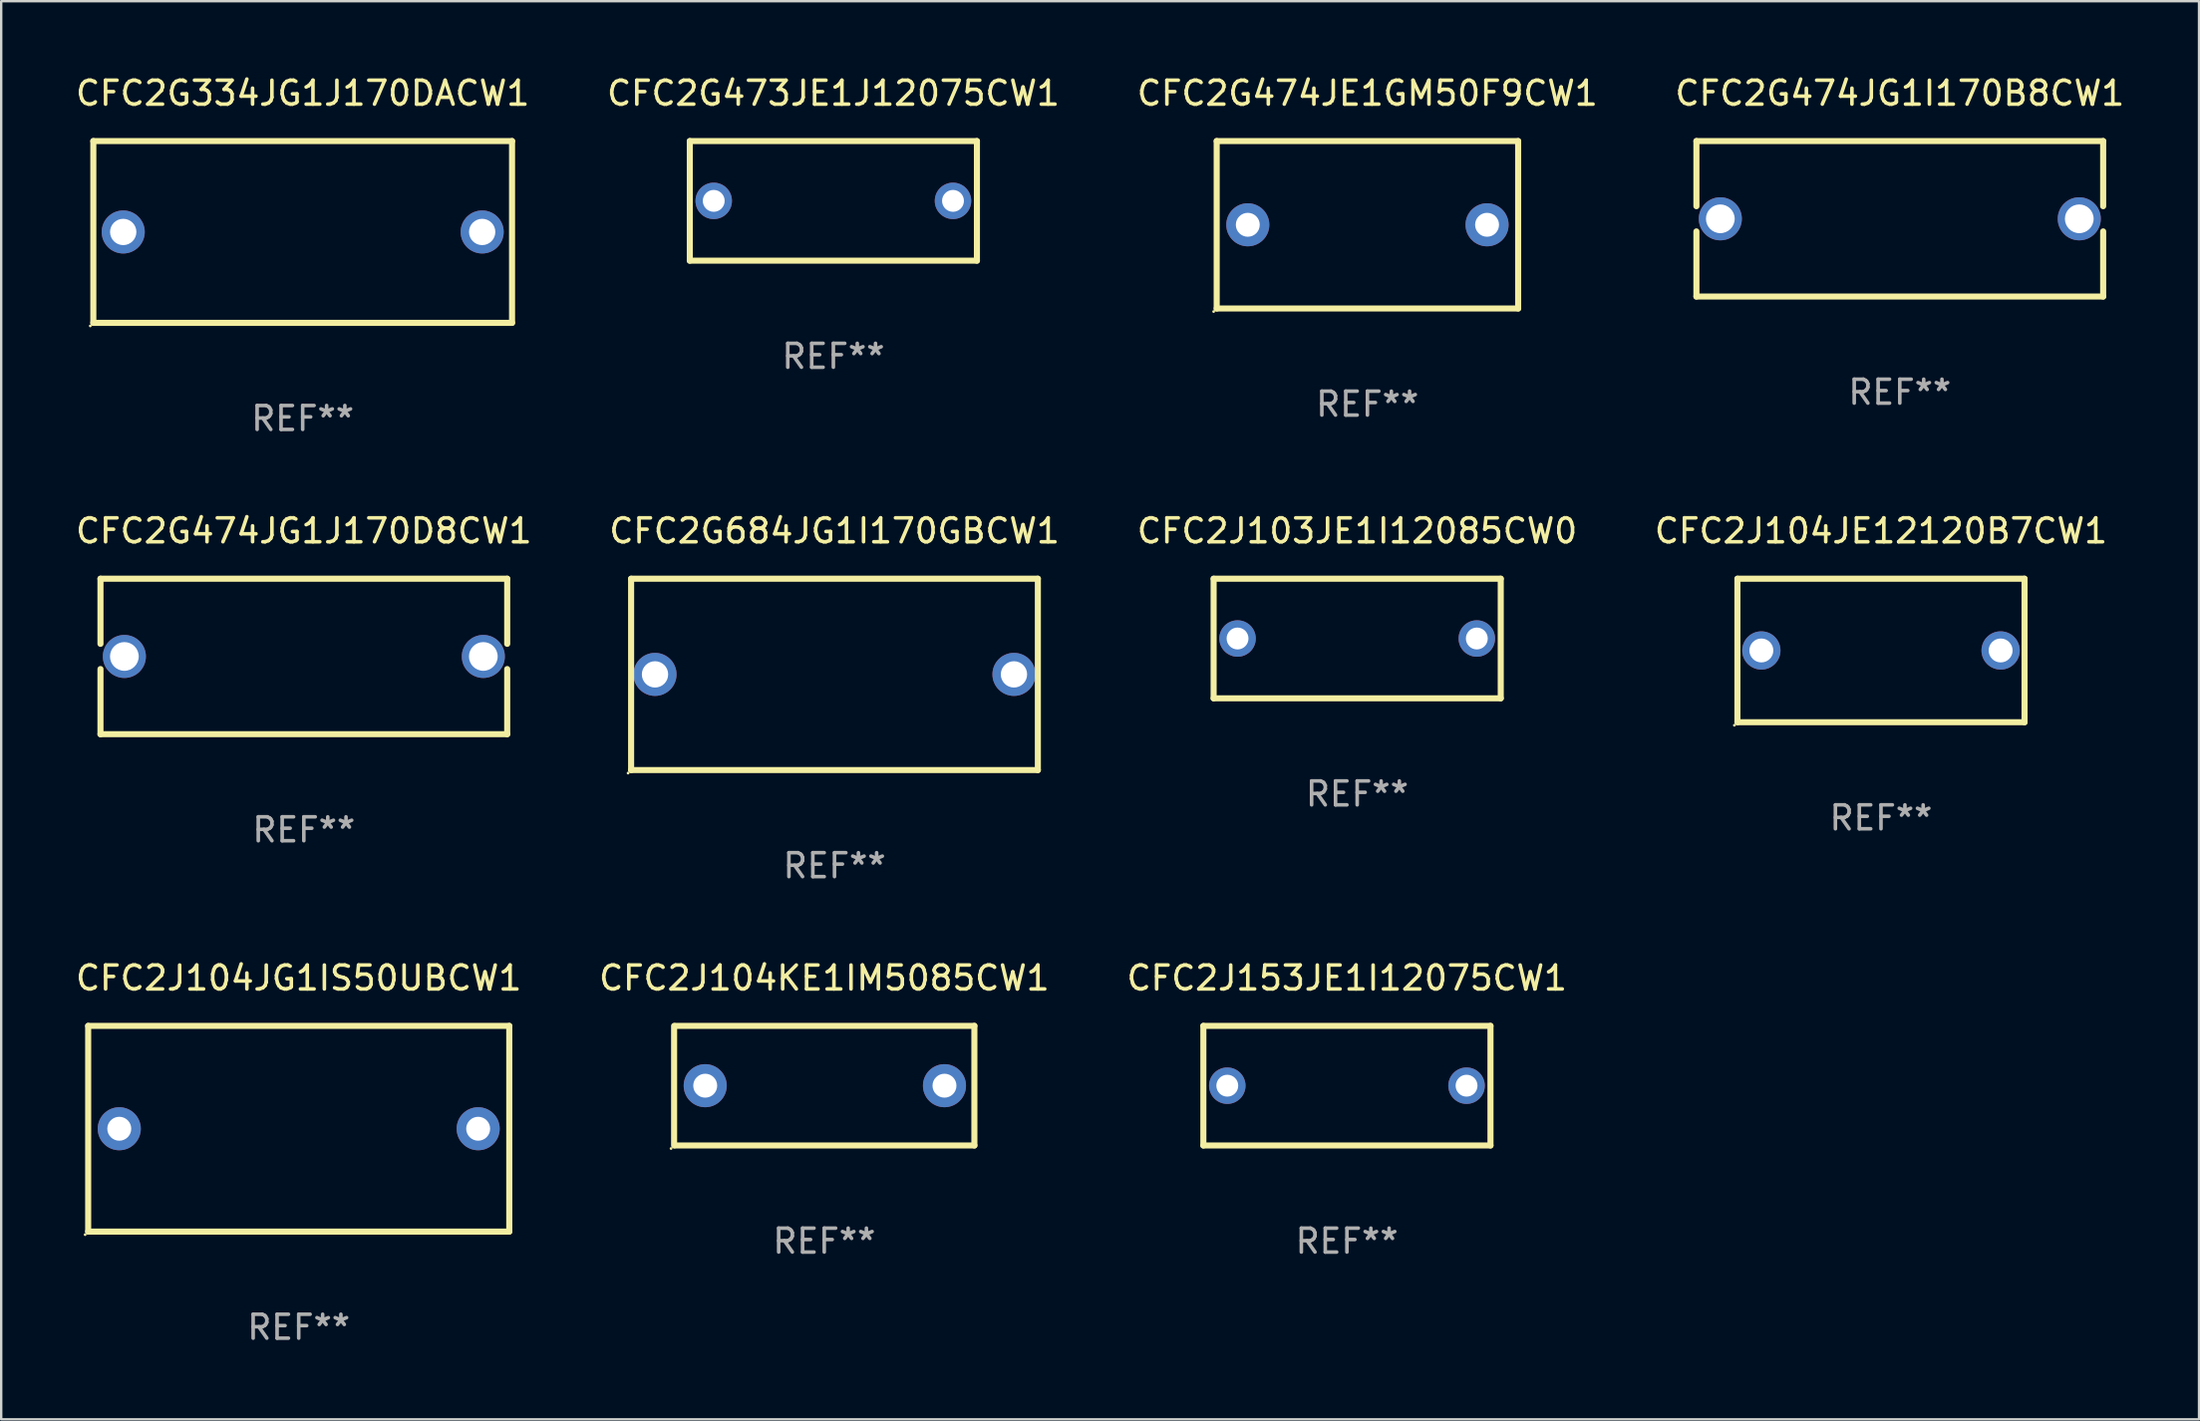
<source format=kicad_pcb>
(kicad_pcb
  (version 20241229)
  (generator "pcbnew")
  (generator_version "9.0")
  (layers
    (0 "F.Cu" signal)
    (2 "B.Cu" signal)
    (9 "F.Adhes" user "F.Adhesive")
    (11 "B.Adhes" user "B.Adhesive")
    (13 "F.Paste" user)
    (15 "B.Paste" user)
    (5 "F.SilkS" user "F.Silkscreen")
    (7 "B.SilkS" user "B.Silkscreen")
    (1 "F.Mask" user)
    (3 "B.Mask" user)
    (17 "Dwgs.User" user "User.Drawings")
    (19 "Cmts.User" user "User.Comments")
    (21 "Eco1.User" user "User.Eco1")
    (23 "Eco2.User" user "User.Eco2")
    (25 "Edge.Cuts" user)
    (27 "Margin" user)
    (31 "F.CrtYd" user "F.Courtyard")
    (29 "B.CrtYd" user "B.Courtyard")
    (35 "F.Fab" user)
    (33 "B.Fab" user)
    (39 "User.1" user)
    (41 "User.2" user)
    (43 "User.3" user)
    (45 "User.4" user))
  (footprint "CFC2J103JE1I12085CW0"
    (layer "F.Cu")
    (at 53.673 23.645)
    (property "Reference" "CFC2J103JE1I12085CW0" (at 0 -4.5 0) (layer "F.SilkS") (effects (font (size 1 1) (thickness 0.15))))
    (attr through_hole)
    (fp_line (start -6 -2.5) (end 6 -2.5) (stroke (width 0.254) (type solid)) (layer "F.SilkS"))
    (fp_line (start -6 2.5) (end -6 -2.5) (stroke (width 0.254) (type solid)) (layer "F.SilkS"))
    (fp_line (start 6 -2.5) (end 6 2.5) (stroke (width 0.254) (type solid)) (layer "F.SilkS"))
    (fp_line (start 6 2.5) (end -6 2.5) (stroke (width 0.254) (type solid)) (layer "F.SilkS"))
    (fp_circle (center -6 2.5) (end -5.97 2.5) (stroke (width 0.06) (type solid)) (fill no) (layer "F.SilkS"))
    (fp_text user "REF**" (at 0 6.5 0) (layer "F.Fab") (effects (font (size 1 1) (thickness 0.15))))
    (pad "1" thru_hole circle (at -5 0) (size 1.524 1.524) (drill 0.914) (layers "*.Cu" "*.Mask"))
    (pad "2" thru_hole circle (at 5 0) (size 1.524 1.524) (drill 0.914) (layers "*.Cu" "*.Mask")))
  (footprint "CFC2G473JE1J12075CW1"
    (layer "F.Cu")
    (at 31.78 5.348)
    (property "Reference" "CFC2G473JE1J12075CW1" (at 0 -4.5 0) (layer "F.SilkS") (effects (font (size 1 1) (thickness 0.15))))
    (attr through_hole)
    (fp_line (start -6 -2.5) (end 6 -2.5) (stroke (width 0.254) (type solid)) (layer "F.SilkS"))
    (fp_line (start -6 2.5) (end -6 -2.5) (stroke (width 0.254) (type solid)) (layer "F.SilkS"))
    (fp_line (start 6 -2.5) (end 6 2.5) (stroke (width 0.254) (type solid)) (layer "F.SilkS"))
    (fp_line (start 6 2.5) (end -6 2.5) (stroke (width 0.254) (type solid)) (layer "F.SilkS"))
    (fp_circle (center -6 2.5) (end -5.97 2.5) (stroke (width 0.06) (type solid)) (fill no) (layer "F.SilkS"))
    (fp_text user "REF**" (at 0 6.5 0) (layer "F.Fab") (effects (font (size 1 1) (thickness 0.15))))
    (pad "1" thru_hole circle (at -5 0) (size 1.524 1.524) (drill 0.914) (layers "*.Cu" "*.Mask"))
    (pad "2" thru_hole circle (at 5 0) (size 1.524 1.524) (drill 0.914) (layers "*.Cu" "*.Mask")))
  (footprint "CFC2G334JG1J170DACW1"
    (layer "F.Cu")
    (at 9.601 6.648)
    (property "Reference" "CFC2G334JG1J170DACW1" (at 0 -5.8 0) (layer "F.SilkS") (effects (font (size 1 1) (thickness 0.15))))
    (attr through_hole)
    (fp_line (start -8.75 -3.8) (end 8.75 -3.8) (stroke (width 0.254) (type solid)) (layer "F.SilkS"))
    (fp_line (start -8.75 3.8) (end -8.75 -3.8) (stroke (width 0.254) (type solid)) (layer "F.SilkS"))
    (fp_line (start 8.75 -3.8) (end 8.75 3.8) (stroke (width 0.254) (type solid)) (layer "F.SilkS"))
    (fp_line (start 8.75 3.8) (end -8.75 3.8) (stroke (width 0.254) (type solid)) (layer "F.SilkS"))
    (fp_circle (center -8.877 3.927) (end -8.847 3.927) (stroke (width 0.06) (type solid)) (fill no) (layer "F.SilkS"))
    (fp_text user "REF**" (at 0 7.8 0) (layer "F.Fab") (effects (font (size 1 1) (thickness 0.15))))
    (pad "1" thru_hole circle (at -7.501 0) (size 1.8 1.8) (drill 1.1) (layers "*.Cu" "*.Mask"))
    (pad "2" thru_hole circle (at 7.501 0) (size 1.8 1.8) (drill 1.1) (layers "*.Cu" "*.Mask")))
  (footprint "CFC2G474JG1I170B8CW1"
    (layer "F.Cu")
    (at 76.351 6.098)
    (property "Reference" "CFC2G474JG1I170B8CW1" (at 0 -5.25 0) (layer "F.SilkS") (effects (font (size 1 1) (thickness 0.15))))
    (attr through_hole)
    (fp_line (start -8.5 -3.25) (end -8.5 -0.527) (stroke (width 0.254) (type solid)) (layer "F.SilkS"))
    (fp_line (start -8.5 -3.25) (end 8.5 -3.25) (stroke (width 0.254) (type solid)) (layer "F.SilkS"))
    (fp_line (start -8.5 0.527) (end -8.5 3.25) (stroke (width 0.254) (type solid)) (layer "F.SilkS"))
    (fp_line (start 8.5 -3.25) (end 8.5 -0.527) (stroke (width 0.254) (type solid)) (layer "F.SilkS"))
    (fp_line (start 8.5 0.527) (end 8.5 3.25) (stroke (width 0.254) (type solid)) (layer "F.SilkS"))
    (fp_line (start 8.5 3.25) (end -8.5 3.25) (stroke (width 0.254) (type solid)) (layer "F.SilkS"))
    (fp_circle (center -8.5 3.25) (end -8.47 3.25) (stroke (width 0.06) (type solid)) (fill no) (layer "F.SilkS"))
    (fp_text user "REF**" (at 0 7.25 0) (layer "F.Fab") (effects (font (size 1 1) (thickness 0.15))))
    (pad "1" thru_hole circle (at -7.501 0) (size 1.8 1.8) (drill 1.2) (layers "*.Cu" "*.Mask"))
    (pad "2" thru_hole circle (at 7.501 0) (size 1.8 1.8) (drill 1.2) (layers "*.Cu" "*.Mask")))
  (footprint "CFC2J104KE1IM5085CW1"
    (layer "F.Cu")
    (at 31.399 42.341)
    (property "Reference" "CFC2J104KE1IM5085CW1" (at 0 -4.5 0) (layer "F.SilkS") (effects (font (size 1 1) (thickness 0.15))))
    (attr through_hole)
    (fp_line (start -6.275 -2.5) (end -6.275 2.5) (stroke (width 0.254) (type solid)) (layer "F.SilkS"))
    (fp_line (start -6.225 -2.5) (end 6.275 -2.5) (stroke (width 0.254) (type solid)) (layer "F.SilkS"))
    (fp_line (start -6.225 2.5) (end 6.275 2.5) (stroke (width 0.254) (type solid)) (layer "F.SilkS"))
    (fp_line (start 6.275 -2.5) (end 6.275 2.5) (stroke (width 0.254) (type solid)) (layer "F.SilkS"))
    (fp_circle (center -6.402 2.627) (end -6.372 2.627) (stroke (width 0.06) (type solid)) (fill no) (layer "F.SilkS"))
    (fp_text user "REF**" (at 0 6.5 0) (layer "F.Fab") (effects (font (size 1 1) (thickness 0.15))))
    (pad "1" thru_hole circle (at -4.975 0) (size 1.8 1.8) (drill 1) (layers "*.Cu" "*.Mask"))
    (pad "2" thru_hole circle (at 5.025 0) (size 1.8 1.8) (drill 1) (layers "*.Cu" "*.Mask")))
  (footprint "CFC2J104JG1IS50UBCW1"
    (layer "F.Cu")
    (at 9.435 44.141)
    (property "Reference" "CFC2J104JG1IS50UBCW1" (at 0 -6.3 0) (layer "F.SilkS") (effects (font (size 1 1) (thickness 0.15))))
    (attr through_hole)
    (fp_line (start -8.8 -4.3) (end -8.8 4.3) (stroke (width 0.254) (type solid)) (layer "F.SilkS"))
    (fp_line (start -8.8 -4.3) (end 8.8 -4.3) (stroke (width 0.254) (type solid)) (layer "F.SilkS"))
    (fp_line (start -8.8 4.3) (end 8.8 4.3) (stroke (width 0.254) (type solid)) (layer "F.SilkS"))
    (fp_line (start 8.8 -4.3) (end 8.8 4.3) (stroke (width 0.254) (type solid)) (layer "F.SilkS"))
    (fp_circle (center -8.927 4.427) (end -8.897 4.427) (stroke (width 0.06) (type solid)) (fill no) (layer "F.SilkS"))
    (fp_text user "REF**" (at 0 8.3 0) (layer "F.Fab") (effects (font (size 1 1) (thickness 0.15))))
    (pad "1" thru_hole circle (at -7.5 0) (size 1.8 1.8) (drill 1) (layers "*.Cu" "*.Mask"))
    (pad "2" thru_hole circle (at 7.5 0) (size 1.8 1.8) (drill 1) (layers "*.Cu" "*.Mask")))
  (footprint "CFC2G474JE1GM50F9CW1"
    (layer "F.Cu")
    (at 54.101 6.348)
    (property "Reference" "CFC2G474JE1GM50F9CW1" (at 0 -5.5 0) (layer "F.SilkS") (effects (font (size 1 1) (thickness 0.15))))
    (attr through_hole)
    (fp_line (start -6.3 -3.5) (end -6.3 3.5) (stroke (width 0.254) (type solid)) (layer "F.SilkS"))
    (fp_line (start -6.3 -3.5) (end 6.3 -3.5) (stroke (width 0.254) (type solid)) (layer "F.SilkS"))
    (fp_line (start -6.3 3.5) (end 6.3 3.5) (stroke (width 0.254) (type solid)) (layer "F.SilkS"))
    (fp_line (start 6.3 -3.5) (end 6.3 3.5) (stroke (width 0.254) (type solid)) (layer "F.SilkS"))
    (fp_circle (center -6.427 3.627) (end -6.397 3.627) (stroke (width 0.06) (type solid)) (fill no) (layer "F.SilkS"))
    (fp_text user "REF**" (at 0 7.5 0) (layer "F.Fab") (effects (font (size 1 1) (thickness 0.15))))
    (pad "1" thru_hole circle (at -5 0) (size 1.8 1.8) (drill 1) (layers "*.Cu" "*.Mask"))
    (pad "2" thru_hole circle (at 5 0) (size 1.8 1.8) (drill 1) (layers "*.Cu" "*.Mask")))
  (footprint "CFC2G474JG1J170D8CW1"
    (layer "F.Cu")
    (at 9.649 24.395)
    (property "Reference" "CFC2G474JG1J170D8CW1" (at 0 -5.25 0) (layer "F.SilkS") (effects (font (size 1 1) (thickness 0.15))))
    (attr through_hole)
    (fp_line (start -8.5 -3.25) (end -8.5 -0.527) (stroke (width 0.254) (type solid)) (layer "F.SilkS"))
    (fp_line (start -8.5 -3.25) (end 8.5 -3.25) (stroke (width 0.254) (type solid)) (layer "F.SilkS"))
    (fp_line (start -8.5 0.527) (end -8.5 3.25) (stroke (width 0.254) (type solid)) (layer "F.SilkS"))
    (fp_line (start 8.5 -3.25) (end 8.5 -0.527) (stroke (width 0.254) (type solid)) (layer "F.SilkS"))
    (fp_line (start 8.5 0.527) (end 8.5 3.25) (stroke (width 0.254) (type solid)) (layer "F.SilkS"))
    (fp_line (start 8.5 3.25) (end -8.5 3.25) (stroke (width 0.254) (type solid)) (layer "F.SilkS"))
    (fp_circle (center -8.5 3.25) (end -8.47 3.25) (stroke (width 0.06) (type solid)) (fill no) (layer "F.SilkS"))
    (fp_text user "REF**" (at 0 7.25 0) (layer "F.Fab") (effects (font (size 1 1) (thickness 0.15))))
    (pad "1" thru_hole circle (at -7.501 0) (size 1.8 1.8) (drill 1.2) (layers "*.Cu" "*.Mask"))
    (pad "2" thru_hole circle (at 7.501 0) (size 1.8 1.8) (drill 1.2) (layers "*.Cu" "*.Mask")))
  (footprint "CFC2J153JE1I12075CW1"
    (layer "F.Cu")
    (at 53.244 42.341)
    (property "Reference" "CFC2J153JE1I12075CW1" (at 0 -4.5 0) (layer "F.SilkS") (effects (font (size 1 1) (thickness 0.15))))
    (attr through_hole)
    (fp_line (start -6 -2.5) (end 6 -2.5) (stroke (width 0.254) (type solid)) (layer "F.SilkS"))
    (fp_line (start -6 2.5) (end -6 -2.5) (stroke (width 0.254) (type solid)) (layer "F.SilkS"))
    (fp_line (start 6 -2.5) (end 6 2.5) (stroke (width 0.254) (type solid)) (layer "F.SilkS"))
    (fp_line (start 6 2.5) (end -6 2.5) (stroke (width 0.254) (type solid)) (layer "F.SilkS"))
    (fp_circle (center -6 2.5) (end -5.97 2.5) (stroke (width 0.06) (type solid)) (fill no) (layer "F.SilkS"))
    (fp_text user "REF**" (at 0 6.5 0) (layer "F.Fab") (effects (font (size 1 1) (thickness 0.15))))
    (pad "1" thru_hole circle (at -5 0) (size 1.524 1.524) (drill 0.914) (layers "*.Cu" "*.Mask"))
    (pad "2" thru_hole circle (at 5 0) (size 1.524 1.524) (drill 0.914) (layers "*.Cu" "*.Mask")))
  (footprint "CFC2J104JE12120B7CW1"
    (layer "F.Cu")
    (at 75.565 24.145)
    (property "Reference" "CFC2J104JE12120B7CW1" (at 0 -5 0) (layer "F.SilkS") (effects (font (size 1 1) (thickness 0.15))))
    (attr through_hole)
    (fp_line (start -6 -3) (end 6 -3) (stroke (width 0.254) (type solid)) (layer "F.SilkS"))
    (fp_line (start -6 3) (end -6 -3) (stroke (width 0.254) (type solid)) (layer "F.SilkS"))
    (fp_line (start 6 -3) (end 6 3) (stroke (width 0.254) (type solid)) (layer "F.SilkS"))
    (fp_line (start 6 3) (end -6 3) (stroke (width 0.254) (type solid)) (layer "F.SilkS"))
    (fp_circle (center -6.127 3.127) (end -6.097 3.127) (stroke (width 0.06) (type solid)) (fill no) (layer "F.SilkS"))
    (fp_text user "REF**" (at 0 7 0) (layer "F.Fab") (effects (font (size 1 1) (thickness 0.15))))
    (pad "1" thru_hole circle (at -5 0) (size 1.6 1.6) (drill 1) (layers "*.Cu" "*.Mask"))
    (pad "2" thru_hole circle (at 5 0) (size 1.6 1.6) (drill 1) (layers "*.Cu" "*.Mask")))
  (footprint "CFC2G684JG1I170GBCW1"
    (layer "F.Cu")
    (at 31.827 25.145)
    (property "Reference" "CFC2G684JG1I170GBCW1" (at 0 -6 0) (layer "F.SilkS") (effects (font (size 1 1) (thickness 0.15))))
    (attr through_hole)
    (fp_line (start -8.5 -4) (end 8.5 -4) (stroke (width 0.254) (type solid)) (layer "F.SilkS"))
    (fp_line (start -8.5 4) (end -8.5 -4) (stroke (width 0.254) (type solid)) (layer "F.SilkS"))
    (fp_line (start 8.5 -4) (end 8.5 4) (stroke (width 0.254) (type solid)) (layer "F.SilkS"))
    (fp_line (start 8.5 4) (end -8.5 4) (stroke (width 0.254) (type solid)) (layer "F.SilkS"))
    (fp_circle (center -8.627 4.127) (end -8.597 4.127) (stroke (width 0.06) (type solid)) (fill no) (layer "F.SilkS"))
    (fp_text user "REF**" (at 0 8 0) (layer "F.Fab") (effects (font (size 1 1) (thickness 0.15))))
    (pad "1" thru_hole circle (at -7.501 0) (size 1.8 1.8) (drill 1.1) (layers "*.Cu" "*.Mask"))
    (pad "2" thru_hole circle (at 7.501 0) (size 1.8 1.8) (drill 1.1) (layers "*.Cu" "*.Mask")))
  (gr_rect
    (start -3 -3)
    (end 88.857 56.29)
    (stroke (width 0.1) (type default))
    (fill no)
    (layer "Edge.Cuts")))
</source>
